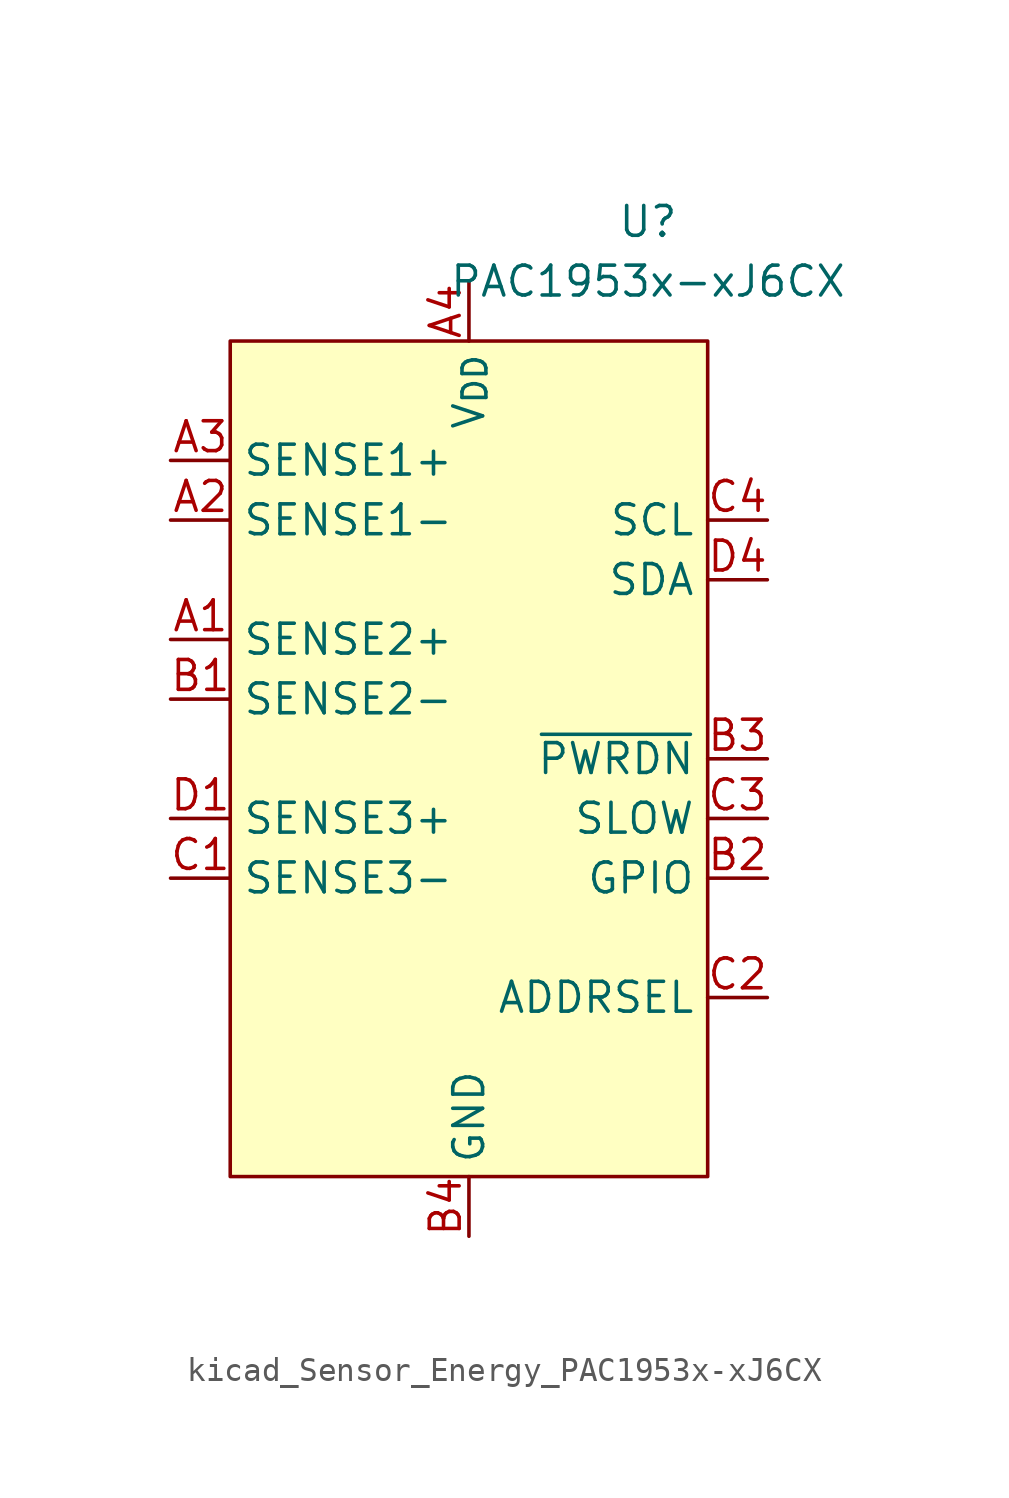
<source format=kicad_sym>
(kicad_symbol_lib
  (version 20220914)
  (generator kicad_symbol_editor)
  (symbol "kicad_Sensor_Energy_PAC1953x-xJ6CX"
    (property "Reference" "U"
      (at 7.62 22.86 0)
      (effects (font (size 1.27 1.27))))
    (property "Value" "PAC1953x-xJ6CX"
      (at 7.62 20.32 0)
      (effects (font (size 1.27 1.27))))
    (symbol "kicad_Sensor_Energy_PAC1953x-xJ6CX_0_0"
      (pin input line (at -12.7 5.08 0) (length 2.54) (name "SENSE2+" (effects (font (size 1.27 1.27)))) (number "A1" (effects (font (size 1.27 1.27)))))
      (pin input line (at -12.7 10.16 0) (length 2.54) (name "SENSE1-" (effects (font (size 1.27 1.27)))) (number "A2" (effects (font (size 1.27 1.27)))))
      (pin input line (at -12.7 12.7 0) (length 2.54) (name "SENSE1+" (effects (font (size 1.27 1.27)))) (number "A3" (effects (font (size 1.27 1.27)))))
      (pin power_in line (at 0 20.32 270) (length 2.54) (name "V_{DD}" (effects (font (size 1.27 1.27)))) (number "A4" (effects (font (size 1.27 1.27)))))
      (pin input line (at -12.7 2.54 0) (length 2.54) (name "SENSE2-" (effects (font (size 1.27 1.27)))) (number "B1" (effects (font (size 1.27 1.27)))))
      (pin bidirectional line (at 12.7 -5.08 180) (length 2.54) (name "GPIO" (effects (font (size 1.27 1.27)))) (number "B2" (effects (font (size 1.27 1.27)))) (alternate "~{ALERT2}" open_collector line))
      (pin input line (at 12.7 0 180) (length 2.54) (name "~{PWRDN}" (effects (font (size 1.27 1.27)))) (number "B3" (effects (font (size 1.27 1.27)))))
      (pin power_in line (at 0 -20.32 90) (length 2.54) (name "GND" (effects (font (size 1.27 1.27)))) (number "B4" (effects (font (size 1.27 1.27)))))
      (pin input line (at -12.7 -5.08 0) (length 2.54) (name "SENSE3-" (effects (font (size 1.27 1.27)))) (number "C1" (effects (font (size 1.27 1.27)))))
      (pin passive line (at 12.7 -10.16 180) (length 2.54) (name "ADDRSEL" (effects (font (size 1.27 1.27)))) (number "C2" (effects (font (size 1.27 1.27)))))
      (pin input line (at 12.7 -2.54 180) (length 2.54) (name "SLOW" (effects (font (size 1.27 1.27)))) (number "C3" (effects (font (size 1.27 1.27)))) (alternate "GPIO" bidirectional line) (alternate "~{ALERT1}" open_collector line))
      (pin input line (at 12.7 10.16 180) (length 2.54) (name "SCL" (effects (font (size 1.27 1.27)))) (number "C4" (effects (font (size 1.27 1.27)))) (alternate "SM_CLK" input line))
      (pin input line (at -12.7 -2.54 0) (length 2.54) (name "SENSE3+" (effects (font (size 1.27 1.27)))) (number "D1" (effects (font (size 1.27 1.27)))))
      (pin passive line (at 0 -20.32 90) (length 2.54) hide (name "GND" (effects (font (size 1.27 1.27)))) (number "D2" (effects (font (size 1.27 1.27)))))
      (pin passive line (at 0 -20.32 90) (length 2.54) hide (name "GND" (effects (font (size 1.27 1.27)))) (number "D3" (effects (font (size 1.27 1.27)))))
      (pin bidirectional line (at 12.7 7.62 180) (length 2.54) (name "SDA" (effects (font (size 1.27 1.27)))) (number "D4" (effects (font (size 1.27 1.27)))) (alternate "SM_DATA" bidirectional line)))
    (symbol "kicad_Sensor_Energy_PAC1953x-xJ6CX_0_1"
      (rectangle (start -10.16 17.78) (end 10.16 -17.78) (stroke (width 0) (type default)) (fill (type background))))))
</source>
